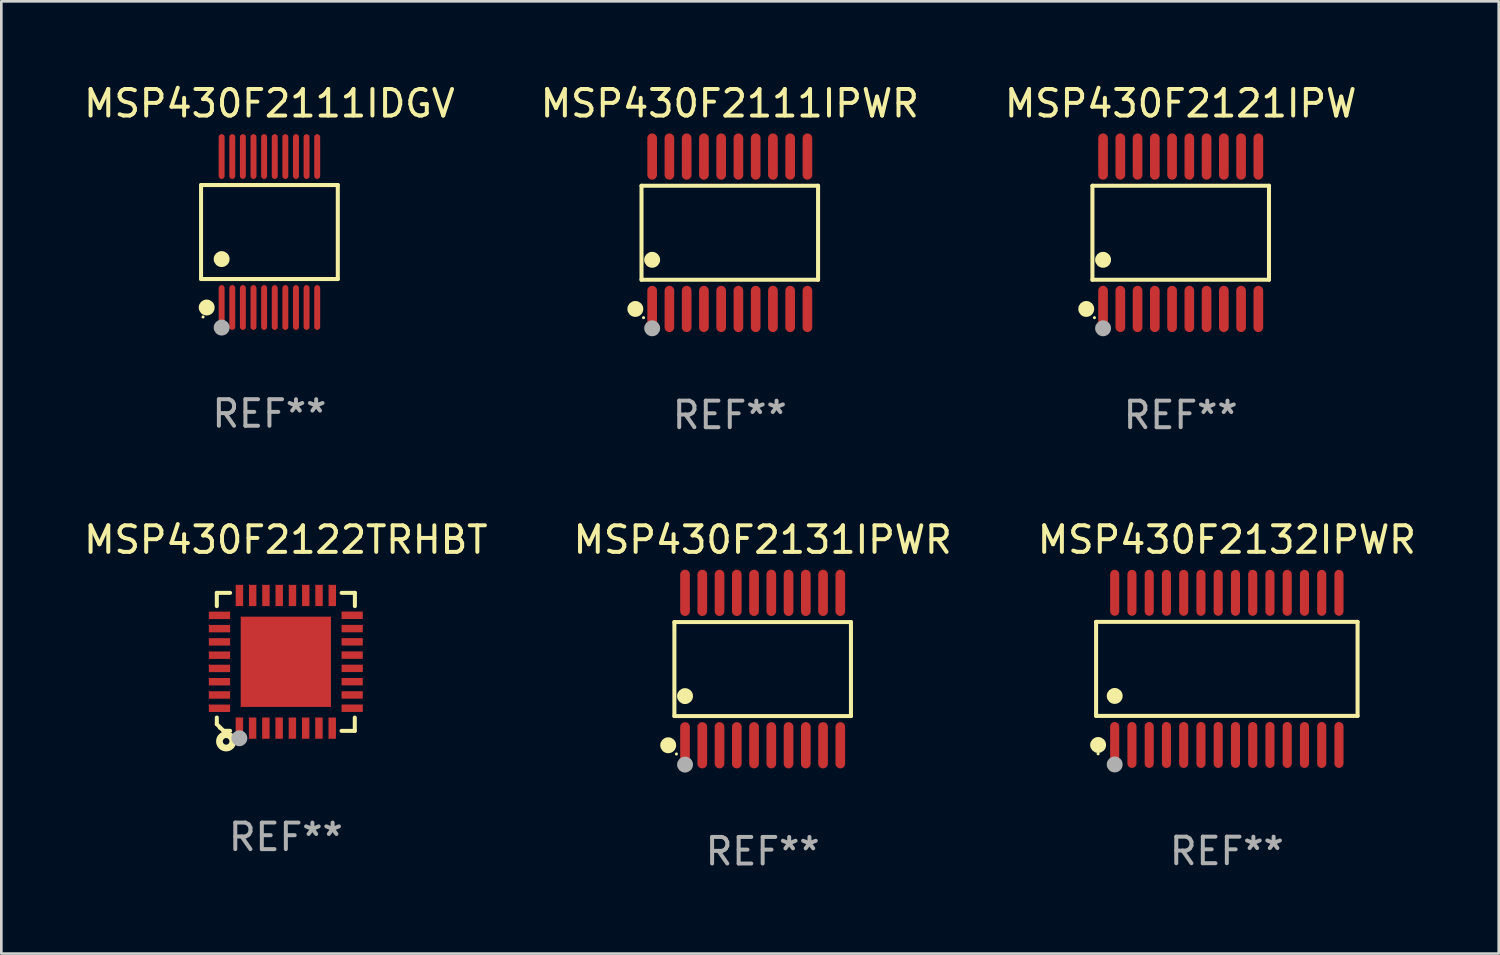
<source format=kicad_pcb>
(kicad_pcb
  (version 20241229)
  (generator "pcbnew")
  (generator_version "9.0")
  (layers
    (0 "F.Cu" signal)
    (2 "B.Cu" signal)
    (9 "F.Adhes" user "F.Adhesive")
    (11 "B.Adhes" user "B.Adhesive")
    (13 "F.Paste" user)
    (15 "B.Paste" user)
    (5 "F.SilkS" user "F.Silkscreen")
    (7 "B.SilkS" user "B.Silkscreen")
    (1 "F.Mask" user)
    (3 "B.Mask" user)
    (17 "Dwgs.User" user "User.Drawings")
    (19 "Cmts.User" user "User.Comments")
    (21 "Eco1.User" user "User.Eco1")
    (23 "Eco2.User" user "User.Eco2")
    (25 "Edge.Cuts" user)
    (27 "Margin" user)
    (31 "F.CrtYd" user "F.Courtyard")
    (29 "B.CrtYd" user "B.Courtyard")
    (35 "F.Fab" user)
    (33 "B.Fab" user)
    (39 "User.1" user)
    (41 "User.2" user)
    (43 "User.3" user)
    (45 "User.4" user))
  (footprint "MSP430F2111IDGV"
    (layer "F.Cu")
    (at 7.101 5.692)
    (property "Reference" "MSP430F2111IDGV" (at 0 -4.844 0) (layer "F.SilkS") (effects (font (size 1 1) (thickness 0.15))))
    (attr through_hole)
    (fp_line (start -2.576 -1.771) (end 2.576 -1.771) (stroke (width 0.152) (type solid)) (layer "F.SilkS"))
    (fp_line (start -2.576 1.771) (end -2.576 -1.771) (stroke (width 0.152) (type solid)) (layer "F.SilkS"))
    (fp_line (start 2.576 -1.771) (end 2.576 1.771) (stroke (width 0.152) (type solid)) (layer "F.SilkS"))
    (fp_line (start 2.576 1.771) (end -2.576 1.771) (stroke (width 0.152) (type solid)) (layer "F.SilkS"))
    (fp_circle (center -2.5 3.2) (end -2.47 3.2) (stroke (width 0.06) (type solid)) (fill no) (layer "F.SilkS"))
    (fp_circle (center -2.364 2.844) (end -2.214 2.844) (stroke (width 0.3) (type solid)) (fill no) (layer "F.SilkS"))
    (fp_circle (center -1.8 1.019) (end -1.65 1.019) (stroke (width 0.3) (type solid)) (fill no) (layer "F.SilkS"))
    (fp_circle (center -1.8 3.6) (end -1.65 3.6) (stroke (width 0.3) (type solid)) (fill no) (layer "F.Fab"))
    (fp_text user "REF**" (at 0 6.844 0) (layer "F.Fab") (effects (font (size 1 1) (thickness 0.15))))
    (pad "1" smd oval (at -1.8 2.844) (size 0.224 1.687) (layers "F.Cu" "F.Mask" "F.Paste"))
    (pad "2" smd oval (at -1.4 2.844) (size 0.224 1.687) (layers "F.Cu" "F.Mask" "F.Paste"))
    (pad "3" smd oval (at -1 2.844) (size 0.224 1.687) (layers "F.Cu" "F.Mask" "F.Paste"))
    (pad "4" smd oval (at -0.6 2.844) (size 0.224 1.687) (layers "F.Cu" "F.Mask" "F.Paste"))
    (pad "5" smd oval (at -0.2 2.844) (size 0.224 1.687) (layers "F.Cu" "F.Mask" "F.Paste"))
    (pad "6" smd oval (at 0.2 2.844) (size 0.224 1.687) (layers "F.Cu" "F.Mask" "F.Paste"))
    (pad "7" smd oval (at 0.6 2.844) (size 0.224 1.687) (layers "F.Cu" "F.Mask" "F.Paste"))
    (pad "8" smd oval (at 1 2.844) (size 0.224 1.687) (layers "F.Cu" "F.Mask" "F.Paste"))
    (pad "9" smd oval (at 1.4 2.844) (size 0.224 1.687) (layers "F.Cu" "F.Mask" "F.Paste"))
    (pad "10" smd oval (at 1.8 2.844) (size 0.224 1.687) (layers "F.Cu" "F.Mask" "F.Paste"))
    (pad "11" smd oval (at 1.8 -2.844) (size 0.224 1.687) (layers "F.Cu" "F.Mask" "F.Paste"))
    (pad "12" smd oval (at 1.4 -2.844) (size 0.224 1.687) (layers "F.Cu" "F.Mask" "F.Paste"))
    (pad "13" smd oval (at 1 -2.844) (size 0.224 1.687) (layers "F.Cu" "F.Mask" "F.Paste"))
    (pad "14" smd oval (at 0.6 -2.844) (size 0.224 1.687) (layers "F.Cu" "F.Mask" "F.Paste"))
    (pad "15" smd oval (at 0.2 -2.844) (size 0.224 1.687) (layers "F.Cu" "F.Mask" "F.Paste"))
    (pad "16" smd oval (at -0.2 -2.844) (size 0.224 1.687) (layers "F.Cu" "F.Mask" "F.Paste"))
    (pad "17" smd oval (at -0.6 -2.844) (size 0.224 1.687) (layers "F.Cu" "F.Mask" "F.Paste"))
    (pad "18" smd oval (at -1 -2.844) (size 0.224 1.687) (layers "F.Cu" "F.Mask" "F.Paste"))
    (pad "19" smd oval (at -1.4 -2.844) (size 0.224 1.687) (layers "F.Cu" "F.Mask" "F.Paste"))
    (pad "20" smd oval (at -1.8 -2.844) (size 0.224 1.687) (layers "F.Cu" "F.Mask" "F.Paste")))
  (footprint "MSP430F2121IPW"
    (layer "F.Cu")
    (at 41.435 5.719)
    (property "Reference" "MSP430F2121IPW" (at 0 -4.871 0) (layer "F.SilkS") (effects (font (size 1 1) (thickness 0.15))))
    (attr through_hole)
    (fp_line (start -3.326 -1.771) (end 3.326 -1.771) (stroke (width 0.152) (type solid)) (layer "F.SilkS"))
    (fp_line (start -3.326 1.771) (end -3.326 -1.771) (stroke (width 0.152) (type solid)) (layer "F.SilkS"))
    (fp_line (start 3.326 -1.771) (end 3.326 1.771) (stroke (width 0.152) (type solid)) (layer "F.SilkS"))
    (fp_line (start 3.326 1.771) (end -3.326 1.771) (stroke (width 0.152) (type solid)) (layer "F.SilkS"))
    (fp_circle (center -3.559 2.871) (end -3.409 2.871) (stroke (width 0.3) (type solid)) (fill no) (layer "F.SilkS"))
    (fp_circle (center -3.25 3.2) (end -3.22 3.2) (stroke (width 0.06) (type solid)) (fill no) (layer "F.SilkS"))
    (fp_circle (center -2.925 1.019) (end -2.775 1.019) (stroke (width 0.3) (type solid)) (fill no) (layer "F.SilkS"))
    (fp_circle (center -2.925 3.6) (end -2.775 3.6) (stroke (width 0.3) (type solid)) (fill no) (layer "F.Fab"))
    (fp_text user "REF**" (at 0 6.871 0) (layer "F.Fab") (effects (font (size 1 1) (thickness 0.15))))
    (pad "1" smd oval (at -2.925 2.871) (size 0.364 1.742) (layers "F.Cu" "F.Mask" "F.Paste"))
    (pad "2" smd oval (at -2.275 2.871) (size 0.364 1.742) (layers "F.Cu" "F.Mask" "F.Paste"))
    (pad "3" smd oval (at -1.625 2.871) (size 0.364 1.742) (layers "F.Cu" "F.Mask" "F.Paste"))
    (pad "4" smd oval (at -0.975 2.871) (size 0.364 1.742) (layers "F.Cu" "F.Mask" "F.Paste"))
    (pad "5" smd oval (at -0.325 2.871) (size 0.364 1.742) (layers "F.Cu" "F.Mask" "F.Paste"))
    (pad "6" smd oval (at 0.325 2.871) (size 0.364 1.742) (layers "F.Cu" "F.Mask" "F.Paste"))
    (pad "7" smd oval (at 0.975 2.871) (size 0.364 1.742) (layers "F.Cu" "F.Mask" "F.Paste"))
    (pad "8" smd oval (at 1.625 2.871) (size 0.364 1.742) (layers "F.Cu" "F.Mask" "F.Paste"))
    (pad "9" smd oval (at 2.275 2.871) (size 0.364 1.742) (layers "F.Cu" "F.Mask" "F.Paste"))
    (pad "10" smd oval (at 2.925 2.871) (size 0.364 1.742) (layers "F.Cu" "F.Mask" "F.Paste"))
    (pad "11" smd oval (at 2.925 -2.871) (size 0.364 1.742) (layers "F.Cu" "F.Mask" "F.Paste"))
    (pad "12" smd oval (at 2.275 -2.871) (size 0.364 1.742) (layers "F.Cu" "F.Mask" "F.Paste"))
    (pad "13" smd oval (at 1.625 -2.871) (size 0.364 1.742) (layers "F.Cu" "F.Mask" "F.Paste"))
    (pad "14" smd oval (at 0.975 -2.871) (size 0.364 1.742) (layers "F.Cu" "F.Mask" "F.Paste"))
    (pad "15" smd oval (at 0.325 -2.871) (size 0.364 1.742) (layers "F.Cu" "F.Mask" "F.Paste"))
    (pad "16" smd oval (at -0.325 -2.871) (size 0.364 1.742) (layers "F.Cu" "F.Mask" "F.Paste"))
    (pad "17" smd oval (at -0.975 -2.871) (size 0.364 1.742) (layers "F.Cu" "F.Mask" "F.Paste"))
    (pad "18" smd oval (at -1.625 -2.871) (size 0.364 1.742) (layers "F.Cu" "F.Mask" "F.Paste"))
    (pad "19" smd oval (at -2.275 -2.871) (size 0.364 1.742) (layers "F.Cu" "F.Mask" "F.Paste"))
    (pad "20" smd oval (at -2.925 -2.871) (size 0.364 1.742) (layers "F.Cu" "F.Mask" "F.Paste")))
  (footprint "MSP430F2131IPWR"
    (layer "F.Cu")
    (at 25.685 22.158)
    (property "Reference" "MSP430F2131IPWR" (at 0 -4.871 0) (layer "F.SilkS") (effects (font (size 1 1) (thickness 0.15))))
    (attr through_hole)
    (fp_line (start -3.326 -1.771) (end 3.326 -1.771) (stroke (width 0.152) (type solid)) (layer "F.SilkS"))
    (fp_line (start -3.326 1.771) (end -3.326 -1.771) (stroke (width 0.152) (type solid)) (layer "F.SilkS"))
    (fp_line (start 3.326 -1.771) (end 3.326 1.771) (stroke (width 0.152) (type solid)) (layer "F.SilkS"))
    (fp_line (start 3.326 1.771) (end -3.326 1.771) (stroke (width 0.152) (type solid)) (layer "F.SilkS"))
    (fp_circle (center -3.559 2.871) (end -3.409 2.871) (stroke (width 0.3) (type solid)) (fill no) (layer "F.SilkS"))
    (fp_circle (center -3.25 3.2) (end -3.22 3.2) (stroke (width 0.06) (type solid)) (fill no) (layer "F.SilkS"))
    (fp_circle (center -2.925 1.019) (end -2.775 1.019) (stroke (width 0.3) (type solid)) (fill no) (layer "F.SilkS"))
    (fp_circle (center -2.925 3.6) (end -2.775 3.6) (stroke (width 0.3) (type solid)) (fill no) (layer "F.Fab"))
    (fp_text user "REF**" (at 0 6.871 0) (layer "F.Fab") (effects (font (size 1 1) (thickness 0.15))))
    (pad "1" smd oval (at -2.925 2.871) (size 0.364 1.742) (layers "F.Cu" "F.Mask" "F.Paste"))
    (pad "2" smd oval (at -2.275 2.871) (size 0.364 1.742) (layers "F.Cu" "F.Mask" "F.Paste"))
    (pad "3" smd oval (at -1.625 2.871) (size 0.364 1.742) (layers "F.Cu" "F.Mask" "F.Paste"))
    (pad "4" smd oval (at -0.975 2.871) (size 0.364 1.742) (layers "F.Cu" "F.Mask" "F.Paste"))
    (pad "5" smd oval (at -0.325 2.871) (size 0.364 1.742) (layers "F.Cu" "F.Mask" "F.Paste"))
    (pad "6" smd oval (at 0.325 2.871) (size 0.364 1.742) (layers "F.Cu" "F.Mask" "F.Paste"))
    (pad "7" smd oval (at 0.975 2.871) (size 0.364 1.742) (layers "F.Cu" "F.Mask" "F.Paste"))
    (pad "8" smd oval (at 1.625 2.871) (size 0.364 1.742) (layers "F.Cu" "F.Mask" "F.Paste"))
    (pad "9" smd oval (at 2.275 2.871) (size 0.364 1.742) (layers "F.Cu" "F.Mask" "F.Paste"))
    (pad "10" smd oval (at 2.925 2.871) (size 0.364 1.742) (layers "F.Cu" "F.Mask" "F.Paste"))
    (pad "11" smd oval (at 2.925 -2.871) (size 0.364 1.742) (layers "F.Cu" "F.Mask" "F.Paste"))
    (pad "12" smd oval (at 2.275 -2.871) (size 0.364 1.742) (layers "F.Cu" "F.Mask" "F.Paste"))
    (pad "13" smd oval (at 1.625 -2.871) (size 0.364 1.742) (layers "F.Cu" "F.Mask" "F.Paste"))
    (pad "14" smd oval (at 0.975 -2.871) (size 0.364 1.742) (layers "F.Cu" "F.Mask" "F.Paste"))
    (pad "15" smd oval (at 0.325 -2.871) (size 0.364 1.742) (layers "F.Cu" "F.Mask" "F.Paste"))
    (pad "16" smd oval (at -0.325 -2.871) (size 0.364 1.742) (layers "F.Cu" "F.Mask" "F.Paste"))
    (pad "17" smd oval (at -0.975 -2.871) (size 0.364 1.742) (layers "F.Cu" "F.Mask" "F.Paste"))
    (pad "18" smd oval (at -1.625 -2.871) (size 0.364 1.742) (layers "F.Cu" "F.Mask" "F.Paste"))
    (pad "19" smd oval (at -2.275 -2.871) (size 0.364 1.742) (layers "F.Cu" "F.Mask" "F.Paste"))
    (pad "20" smd oval (at -2.925 -2.871) (size 0.364 1.742) (layers "F.Cu" "F.Mask" "F.Paste")))
  (footprint "MSP430F2111IPWR"
    (layer "F.Cu")
    (at 24.446 5.719)
    (property "Reference" "MSP430F2111IPWR" (at 0 -4.871 0) (layer "F.SilkS") (effects (font (size 1 1) (thickness 0.15))))
    (attr through_hole)
    (fp_line (start -3.326 -1.771) (end 3.326 -1.771) (stroke (width 0.152) (type solid)) (layer "F.SilkS"))
    (fp_line (start -3.326 1.771) (end -3.326 -1.771) (stroke (width 0.152) (type solid)) (layer "F.SilkS"))
    (fp_line (start 3.326 -1.771) (end 3.326 1.771) (stroke (width 0.152) (type solid)) (layer "F.SilkS"))
    (fp_line (start 3.326 1.771) (end -3.326 1.771) (stroke (width 0.152) (type solid)) (layer "F.SilkS"))
    (fp_circle (center -3.559 2.871) (end -3.409 2.871) (stroke (width 0.3) (type solid)) (fill no) (layer "F.SilkS"))
    (fp_circle (center -3.25 3.2) (end -3.22 3.2) (stroke (width 0.06) (type solid)) (fill no) (layer "F.SilkS"))
    (fp_circle (center -2.925 1.019) (end -2.775 1.019) (stroke (width 0.3) (type solid)) (fill no) (layer "F.SilkS"))
    (fp_circle (center -2.925 3.6) (end -2.775 3.6) (stroke (width 0.3) (type solid)) (fill no) (layer "F.Fab"))
    (fp_text user "REF**" (at 0 6.871 0) (layer "F.Fab") (effects (font (size 1 1) (thickness 0.15))))
    (pad "1" smd oval (at -2.925 2.871) (size 0.364 1.742) (layers "F.Cu" "F.Mask" "F.Paste"))
    (pad "2" smd oval (at -2.275 2.871) (size 0.364 1.742) (layers "F.Cu" "F.Mask" "F.Paste"))
    (pad "3" smd oval (at -1.625 2.871) (size 0.364 1.742) (layers "F.Cu" "F.Mask" "F.Paste"))
    (pad "4" smd oval (at -0.975 2.871) (size 0.364 1.742) (layers "F.Cu" "F.Mask" "F.Paste"))
    (pad "5" smd oval (at -0.325 2.871) (size 0.364 1.742) (layers "F.Cu" "F.Mask" "F.Paste"))
    (pad "6" smd oval (at 0.325 2.871) (size 0.364 1.742) (layers "F.Cu" "F.Mask" "F.Paste"))
    (pad "7" smd oval (at 0.975 2.871) (size 0.364 1.742) (layers "F.Cu" "F.Mask" "F.Paste"))
    (pad "8" smd oval (at 1.625 2.871) (size 0.364 1.742) (layers "F.Cu" "F.Mask" "F.Paste"))
    (pad "9" smd oval (at 2.275 2.871) (size 0.364 1.742) (layers "F.Cu" "F.Mask" "F.Paste"))
    (pad "10" smd oval (at 2.925 2.871) (size 0.364 1.742) (layers "F.Cu" "F.Mask" "F.Paste"))
    (pad "11" smd oval (at 2.925 -2.871) (size 0.364 1.742) (layers "F.Cu" "F.Mask" "F.Paste"))
    (pad "12" smd oval (at 2.275 -2.871) (size 0.364 1.742) (layers "F.Cu" "F.Mask" "F.Paste"))
    (pad "13" smd oval (at 1.625 -2.871) (size 0.364 1.742) (layers "F.Cu" "F.Mask" "F.Paste"))
    (pad "14" smd oval (at 0.975 -2.871) (size 0.364 1.742) (layers "F.Cu" "F.Mask" "F.Paste"))
    (pad "15" smd oval (at 0.325 -2.871) (size 0.364 1.742) (layers "F.Cu" "F.Mask" "F.Paste"))
    (pad "16" smd oval (at -0.325 -2.871) (size 0.364 1.742) (layers "F.Cu" "F.Mask" "F.Paste"))
    (pad "17" smd oval (at -0.975 -2.871) (size 0.364 1.742) (layers "F.Cu" "F.Mask" "F.Paste"))
    (pad "18" smd oval (at -1.625 -2.871) (size 0.364 1.742) (layers "F.Cu" "F.Mask" "F.Paste"))
    (pad "19" smd oval (at -2.275 -2.871) (size 0.364 1.742) (layers "F.Cu" "F.Mask" "F.Paste"))
    (pad "20" smd oval (at -2.925 -2.871) (size 0.364 1.742) (layers "F.Cu" "F.Mask" "F.Paste")))
  (footprint "MSP430F2122TRHBT"
    (layer "F.Cu")
    (at 7.72 21.887)
    (property "Reference" "MSP430F2122TRHBT" (at 0 -4.6 0) (layer "F.SilkS") (effects (font (size 1 1) (thickness 0.15))))
    (attr through_hole)
    (fp_line (start -2.601 2.097) (end -2.601 2.347) (stroke (width 0.152) (type solid)) (layer "F.SilkS"))
    (fp_line (start -2.601 2.347) (end -2.351 2.597) (stroke (width 0.152) (type solid)) (layer "F.SilkS"))
    (fp_line (start -2.601 -2.6) (end -2.601 -2.1) (stroke (width 0.152) (type solid)) (layer "F.SilkS"))
    (fp_line (start -2.601 -2.6) (end -2.101 -2.6) (stroke (width 0.152) (type solid)) (layer "F.SilkS"))
    (fp_line (start -2.351 2.597) (end -2.101 2.597) (stroke (width 0.152) (type solid)) (layer "F.SilkS"))
    (fp_line (start 2.597 2.6) (end 2.097 2.6) (stroke (width 0.152) (type solid)) (layer "F.SilkS"))
    (fp_line (start 2.597 2.6) (end 2.597 2.1) (stroke (width 0.152) (type solid)) (layer "F.SilkS"))
    (fp_line (start 2.601 -2.6) (end 2.101 -2.6) (stroke (width 0.152) (type solid)) (layer "F.SilkS"))
    (fp_line (start 2.601 -2.6) (end 2.601 -2.1) (stroke (width 0.152) (type solid)) (layer "F.SilkS"))
    (fp_circle (center -2.501 2.497) (end -2.471 2.497) (stroke (width 0.06) (type solid)) (fill no) (layer "F.SilkS"))
    (fp_circle (center -2.25 2.995) (end -2.125 2.995) (stroke (width 0.254) (type solid)) (fill no) (layer "F.SilkS"))
    (fp_circle (center -1.751 2.878) (end -1.601 2.878) (stroke (width 0.3) (type solid)) (fill no) (layer "F.Fab"))
    (fp_text user "REF**" (at 0 6.6 0) (layer "F.Fab") (effects (font (size 1 1) (thickness 0.15))))
    (pad "1" smd rect (at -1.751 2.497) (size 0.28 0.8) (layers "F.Cu" "F.Mask" "F.Paste"))
    (pad "2" smd rect (at -1.253 2.497) (size 0.28 0.8) (layers "F.Cu" "F.Mask" "F.Paste"))
    (pad "3" smd rect (at -0.753 2.497) (size 0.28 0.8) (layers "F.Cu" "F.Mask" "F.Paste"))
    (pad "4" smd rect (at -0.253 2.497) (size 0.28 0.8) (layers "F.Cu" "F.Mask" "F.Paste"))
    (pad "5" smd rect (at 0.247 2.497) (size 0.28 0.8) (layers "F.Cu" "F.Mask" "F.Paste"))
    (pad "6" smd rect (at 0.747 2.497) (size 0.28 0.8) (layers "F.Cu" "F.Mask" "F.Paste"))
    (pad "7" smd rect (at 1.247 2.497) (size 0.28 0.8) (layers "F.Cu" "F.Mask" "F.Paste"))
    (pad "8" smd rect (at 1.747 2.497) (size 0.28 0.8) (layers "F.Cu" "F.Mask" "F.Paste"))
    (pad "9" smd rect (at 2.499 1.746) (size 0.8 0.28) (layers "F.Cu" "F.Mask" "F.Paste"))
    (pad "10" smd rect (at 2.499 1.245) (size 0.8 0.28) (layers "F.Cu" "F.Mask" "F.Paste"))
    (pad "11" smd rect (at 2.499 0.746) (size 0.8 0.28) (layers "F.Cu" "F.Mask" "F.Paste"))
    (pad "12" smd rect (at 2.499 0.245) (size 0.8 0.28) (layers "F.Cu" "F.Mask" "F.Paste"))
    (pad "13" smd rect (at 2.499 -0.254) (size 0.8 0.28) (layers "F.Cu" "F.Mask" "F.Paste"))
    (pad "14" smd rect (at 2.499 -0.755) (size 0.8 0.28) (layers "F.Cu" "F.Mask" "F.Paste"))
    (pad "15" smd rect (at 2.499 -1.254) (size 0.8 0.28) (layers "F.Cu" "F.Mask" "F.Paste"))
    (pad "16" smd rect (at 2.499 -1.755) (size 0.8 0.28) (layers "F.Cu" "F.Mask" "F.Paste"))
    (pad "17" smd rect (at 1.75 -2.502) (size 0.28 0.8) (layers "F.Cu" "F.Mask" "F.Paste"))
    (pad "18" smd rect (at 1.25 -2.502) (size 0.28 0.8) (layers "F.Cu" "F.Mask" "F.Paste"))
    (pad "19" smd rect (at 0.75 -2.502) (size 0.28 0.8) (layers "F.Cu" "F.Mask" "F.Paste"))
    (pad "20" smd rect (at 0.25 -2.502) (size 0.28 0.8) (layers "F.Cu" "F.Mask" "F.Paste"))
    (pad "21" smd rect (at -0.25 -2.502) (size 0.28 0.8) (layers "F.Cu" "F.Mask" "F.Paste"))
    (pad "22" smd rect (at -0.75 -2.502) (size 0.28 0.8) (layers "F.Cu" "F.Mask" "F.Paste"))
    (pad "23" smd rect (at -1.25 -2.502) (size 0.28 0.8) (layers "F.Cu" "F.Mask" "F.Paste"))
    (pad "24" smd rect (at -1.75 -2.502) (size 0.28 0.8) (layers "F.Cu" "F.Mask" "F.Paste"))
    (pad "25" smd rect (at -2.501 -1.753) (size 0.8 0.28) (layers "F.Cu" "F.Mask" "F.Paste"))
    (pad "26" smd rect (at -2.501 -1.252) (size 0.8 0.28) (layers "F.Cu" "F.Mask" "F.Paste"))
    (pad "27" smd rect (at -2.501 -0.753) (size 0.8 0.28) (layers "F.Cu" "F.Mask" "F.Paste"))
    (pad "28" smd rect (at -2.501 -0.252) (size 0.8 0.28) (layers "F.Cu" "F.Mask" "F.Paste"))
    (pad "29" smd rect (at -2.501 0.247) (size 0.8 0.28) (layers "F.Cu" "F.Mask" "F.Paste"))
    (pad "30" smd rect (at -2.501 0.748) (size 0.8 0.28) (layers "F.Cu" "F.Mask" "F.Paste"))
    (pad "31" smd rect (at -2.501 1.247) (size 0.8 0.28) (layers "F.Cu" "F.Mask" "F.Paste"))
    (pad "32" smd rect (at -2.501 1.748) (size 0.8 0.28) (layers "F.Cu" "F.Mask" "F.Paste"))
    (pad "33" smd rect (at -0.001 -0.003 180) (size 3.4 3.4) (layers "F.Cu" "F.Mask" "F.Paste")))
  (footprint "MSP430F2132IPWR"
    (layer "F.Cu")
    (at 43.173 22.152)
    (property "Reference" "MSP430F2132IPWR" (at 0 -4.866 0) (layer "F.SilkS") (effects (font (size 1 1) (thickness 0.15))))
    (attr through_hole)
    (fp_line (start -4.926 -1.772) (end 4.926 -1.772) (stroke (width 0.152) (type solid)) (layer "F.SilkS"))
    (fp_line (start -4.926 1.771) (end -4.926 -1.772) (stroke (width 0.152) (type solid)) (layer "F.SilkS"))
    (fp_line (start 4.926 -1.772) (end 4.926 1.771) (stroke (width 0.152) (type solid)) (layer "F.SilkS"))
    (fp_line (start 4.926 1.771) (end -4.926 1.771) (stroke (width 0.152) (type solid)) (layer "F.SilkS"))
    (fp_circle (center -4.85 3.2) (end -4.82 3.2) (stroke (width 0.06) (type solid)) (fill no) (layer "F.SilkS"))
    (fp_circle (center -4.849 2.866) (end -4.699 2.866) (stroke (width 0.3) (type solid)) (fill no) (layer "F.SilkS"))
    (fp_circle (center -4.225 1.019) (end -4.075 1.019) (stroke (width 0.3) (type solid)) (fill no) (layer "F.SilkS"))
    (fp_circle (center -4.225 3.6) (end -4.075 3.6) (stroke (width 0.3) (type solid)) (fill no) (layer "F.Fab"))
    (fp_text user "REF**" (at 0 6.866 0) (layer "F.Fab") (effects (font (size 1 1) (thickness 0.15))))
    (pad "1" smd oval (at -4.225 2.866) (size 0.343 1.731) (layers "F.Cu" "F.Mask" "F.Paste"))
    (pad "2" smd oval (at -3.575 2.866) (size 0.343 1.731) (layers "F.Cu" "F.Mask" "F.Paste"))
    (pad "3" smd oval (at -2.925 2.866) (size 0.343 1.731) (layers "F.Cu" "F.Mask" "F.Paste"))
    (pad "4" smd oval (at -2.275 2.866) (size 0.343 1.731) (layers "F.Cu" "F.Mask" "F.Paste"))
    (pad "5" smd oval (at -1.625 2.866) (size 0.343 1.731) (layers "F.Cu" "F.Mask" "F.Paste"))
    (pad "6" smd oval (at -0.975 2.866) (size 0.343 1.731) (layers "F.Cu" "F.Mask" "F.Paste"))
    (pad "7" smd oval (at -0.325 2.866) (size 0.343 1.731) (layers "F.Cu" "F.Mask" "F.Paste"))
    (pad "8" smd oval (at 0.325 2.866) (size 0.343 1.731) (layers "F.Cu" "F.Mask" "F.Paste"))
    (pad "9" smd oval (at 0.975 2.866) (size 0.343 1.731) (layers "F.Cu" "F.Mask" "F.Paste"))
    (pad "10" smd oval (at 1.625 2.866) (size 0.343 1.731) (layers "F.Cu" "F.Mask" "F.Paste"))
    (pad "11" smd oval (at 2.275 2.866) (size 0.343 1.731) (layers "F.Cu" "F.Mask" "F.Paste"))
    (pad "12" smd oval (at 2.925 2.866) (size 0.343 1.731) (layers "F.Cu" "F.Mask" "F.Paste"))
    (pad "13" smd oval (at 3.575 2.866) (size 0.343 1.731) (layers "F.Cu" "F.Mask" "F.Paste"))
    (pad "14" smd oval (at 4.225 2.866) (size 0.343 1.731) (layers "F.Cu" "F.Mask" "F.Paste"))
    (pad "15" smd oval (at 4.225 -2.866) (size 0.343 1.731) (layers "F.Cu" "F.Mask" "F.Paste"))
    (pad "16" smd oval (at 3.575 -2.866) (size 0.343 1.731) (layers "F.Cu" "F.Mask" "F.Paste"))
    (pad "17" smd oval (at 2.925 -2.866) (size 0.343 1.731) (layers "F.Cu" "F.Mask" "F.Paste"))
    (pad "18" smd oval (at 2.275 -2.866) (size 0.343 1.731) (layers "F.Cu" "F.Mask" "F.Paste"))
    (pad "19" smd oval (at 1.625 -2.866) (size 0.343 1.731) (layers "F.Cu" "F.Mask" "F.Paste"))
    (pad "20" smd oval (at 0.975 -2.866) (size 0.343 1.731) (layers "F.Cu" "F.Mask" "F.Paste"))
    (pad "21" smd oval (at 0.325 -2.866) (size 0.343 1.731) (layers "F.Cu" "F.Mask" "F.Paste"))
    (pad "22" smd oval (at -0.325 -2.866) (size 0.343 1.731) (layers "F.Cu" "F.Mask" "F.Paste"))
    (pad "23" smd oval (at -0.975 -2.866) (size 0.343 1.731) (layers "F.Cu" "F.Mask" "F.Paste"))
    (pad "24" smd oval (at -1.625 -2.866) (size 0.343 1.731) (layers "F.Cu" "F.Mask" "F.Paste"))
    (pad "25" smd oval (at -2.275 -2.866) (size 0.343 1.731) (layers "F.Cu" "F.Mask" "F.Paste"))
    (pad "26" smd oval (at -2.925 -2.866) (size 0.343 1.731) (layers "F.Cu" "F.Mask" "F.Paste"))
    (pad "27" smd oval (at -3.575 -2.866) (size 0.343 1.731) (layers "F.Cu" "F.Mask" "F.Paste"))
    (pad "28" smd oval (at -4.225 -2.866) (size 0.343 1.731) (layers "F.Cu" "F.Mask" "F.Paste")))
  (gr_rect
    (start -3 -3)
    (end 53.417 32.877)
    (stroke (width 0.1) (type default))
    (fill no)
    (layer "Edge.Cuts")))
</source>
